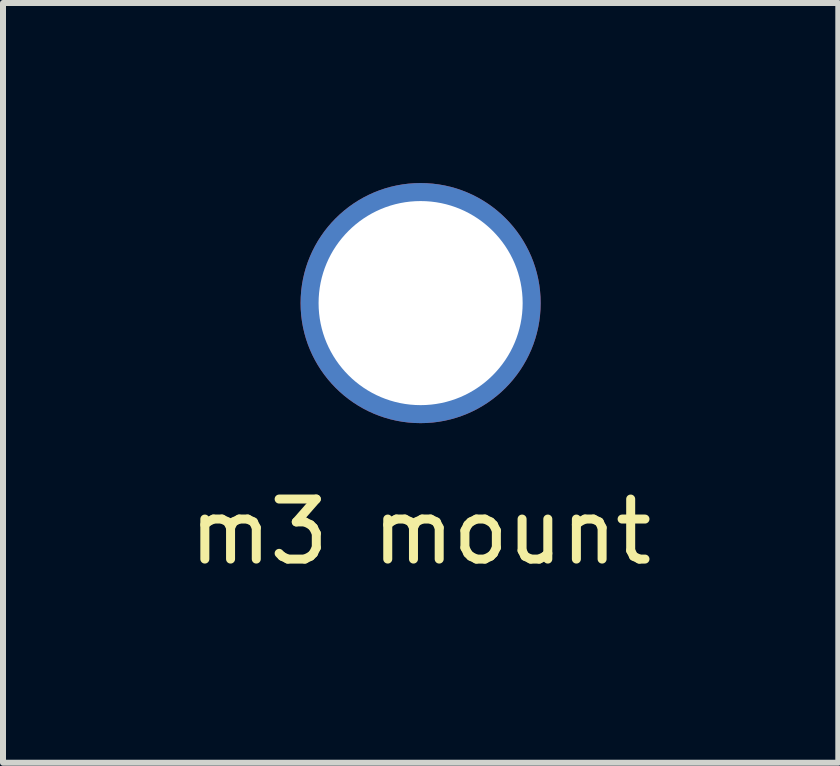
<source format=kicad_pcb>
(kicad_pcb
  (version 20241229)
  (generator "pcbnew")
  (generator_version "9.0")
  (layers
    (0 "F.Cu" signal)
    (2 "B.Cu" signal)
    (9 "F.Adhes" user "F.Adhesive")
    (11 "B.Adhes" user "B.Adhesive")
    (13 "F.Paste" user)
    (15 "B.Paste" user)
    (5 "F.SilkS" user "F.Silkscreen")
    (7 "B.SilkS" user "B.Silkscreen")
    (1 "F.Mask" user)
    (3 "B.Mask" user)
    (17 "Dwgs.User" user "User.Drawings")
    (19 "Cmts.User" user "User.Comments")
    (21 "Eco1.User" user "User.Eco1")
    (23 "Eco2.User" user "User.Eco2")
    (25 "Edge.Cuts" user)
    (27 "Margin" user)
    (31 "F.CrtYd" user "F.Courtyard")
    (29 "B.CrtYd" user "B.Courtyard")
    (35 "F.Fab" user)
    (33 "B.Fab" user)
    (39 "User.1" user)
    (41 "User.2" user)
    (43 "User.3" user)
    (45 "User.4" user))
  (footprint "m3 mount"
    (layer "F.Cu")
    (at 3.958 2)
    (property "Reference" "m3 mount" (at 0 3.81 0) (layer "F.SilkS") (effects (font (size 1 1) (thickness 0.15))))
    (attr through_hole)
    (pad "1" thru_hole circle (at 0 0) (size 4 4) (drill 3.4) (layers "*.Cu" "*.Mask")))
  (gr_rect
    (start -3 -3)
    (end 10.917 9.658)
    (stroke (width 0.1) (type default))
    (fill no)
    (layer "Edge.Cuts")))
</source>
